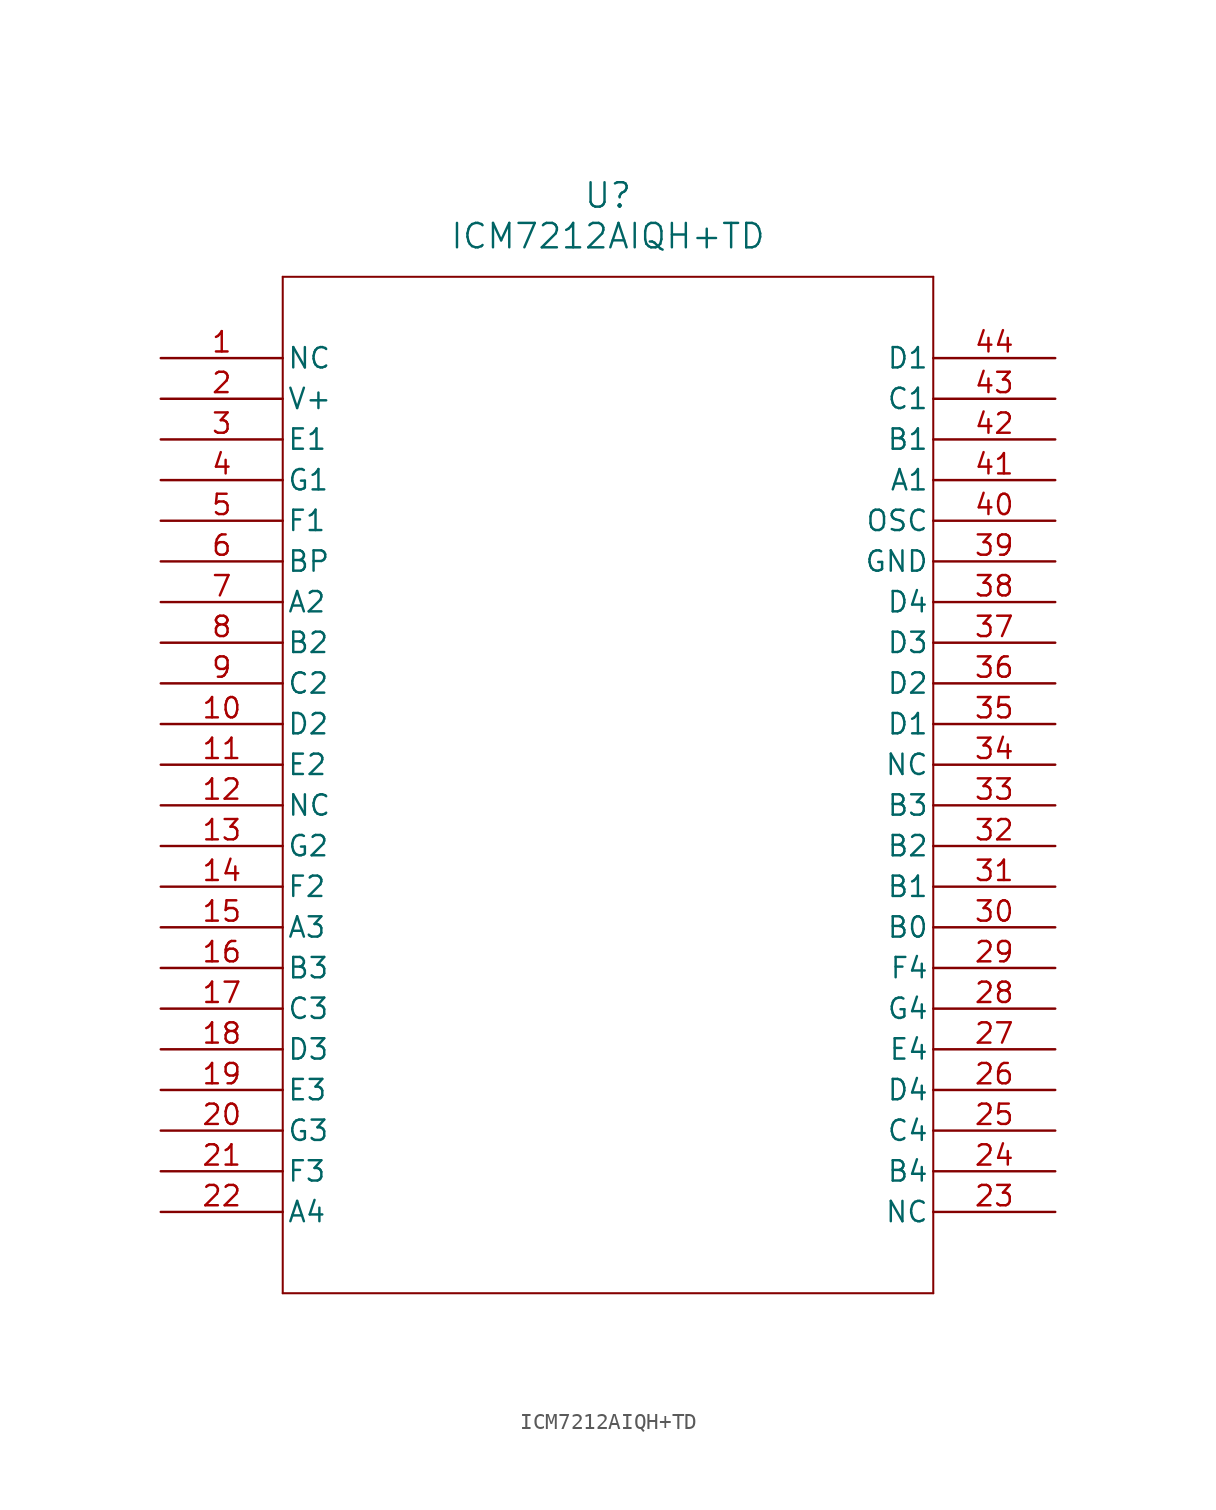
<source format=kicad_sym>
(kicad_symbol_lib
  (version 20211014)
  (generator kicad_symbol_editor)
  (symbol "ICM7212AIQH+TD"
    (pin_names
      (offset 0.254))
    (property "Reference" "U"
      (at 27.94 10.16 0)
      (effects (font (size 1.524 1.524))))
    (property "Value" "ICM7212AIQH+TD"
      (at 27.94 7.62 0)
      (effects (font (size 1.524 1.524))))
    (symbol "ICM7212AIQH+TD_0_1"
      (polyline (pts (xy 7.62 5.08) (xy 7.62 -58.42)) (stroke (width 0.127) (type default) (color 0 0 0 0)) (fill (type none)))
      (polyline (pts (xy 7.62 -58.42) (xy 48.26 -58.42)) (stroke (width 0.127) (type default) (color 0 0 0 0)) (fill (type none)))
      (polyline (pts (xy 48.26 -58.42) (xy 48.26 5.08)) (stroke (width 0.127) (type default) (color 0 0 0 0)) (fill (type none)))
      (polyline (pts (xy 48.26 5.08) (xy 7.62 5.08)) (stroke (width 0.127) (type default) (color 0 0 0 0)) (fill (type none)))
      (pin unspecified line (at 0 0 0) (length 7.62) (name "NC" (effects (font (size 1.27 1.27)))) (number "1" (effects (font (size 1.27 1.27)))))
      (pin power_in line (at 0 -2.54 0) (length 7.62) (name "V+" (effects (font (size 1.27 1.27)))) (number "2" (effects (font (size 1.27 1.27)))))
      (pin unspecified line (at 0 -5.08 0) (length 7.62) (name "E1" (effects (font (size 1.27 1.27)))) (number "3" (effects (font (size 1.27 1.27)))))
      (pin unspecified line (at 0 -7.62 0) (length 7.62) (name "G1" (effects (font (size 1.27 1.27)))) (number "4" (effects (font (size 1.27 1.27)))))
      (pin unspecified line (at 0 -10.16 0) (length 7.62) (name "F1" (effects (font (size 1.27 1.27)))) (number "5" (effects (font (size 1.27 1.27)))))
      (pin unspecified line (at 0 -12.7 0) (length 7.62) (name "BP" (effects (font (size 1.27 1.27)))) (number "6" (effects (font (size 1.27 1.27)))))
      (pin unspecified line (at 0 -15.24 0) (length 7.62) (name "A2" (effects (font (size 1.27 1.27)))) (number "7" (effects (font (size 1.27 1.27)))))
      (pin unspecified line (at 0 -17.78 0) (length 7.62) (name "B2" (effects (font (size 1.27 1.27)))) (number "8" (effects (font (size 1.27 1.27)))))
      (pin unspecified line (at 0 -20.32 0) (length 7.62) (name "C2" (effects (font (size 1.27 1.27)))) (number "9" (effects (font (size 1.27 1.27)))))
      (pin unspecified line (at 0 -22.86 0) (length 7.62) (name "D2" (effects (font (size 1.27 1.27)))) (number "10" (effects (font (size 1.27 1.27)))))
      (pin unspecified line (at 0 -25.4 0) (length 7.62) (name "E2" (effects (font (size 1.27 1.27)))) (number "11" (effects (font (size 1.27 1.27)))))
      (pin unspecified line (at 0 -27.94 0) (length 7.62) (name "NC" (effects (font (size 1.27 1.27)))) (number "12" (effects (font (size 1.27 1.27)))))
      (pin unspecified line (at 0 -30.48 0) (length 7.62) (name "G2" (effects (font (size 1.27 1.27)))) (number "13" (effects (font (size 1.27 1.27)))))
      (pin unspecified line (at 0 -33.02 0) (length 7.62) (name "F2" (effects (font (size 1.27 1.27)))) (number "14" (effects (font (size 1.27 1.27)))))
      (pin unspecified line (at 0 -35.56 0) (length 7.62) (name "A3" (effects (font (size 1.27 1.27)))) (number "15" (effects (font (size 1.27 1.27)))))
      (pin unspecified line (at 0 -38.1 0) (length 7.62) (name "B3" (effects (font (size 1.27 1.27)))) (number "16" (effects (font (size 1.27 1.27)))))
      (pin unspecified line (at 0 -40.64 0) (length 7.62) (name "C3" (effects (font (size 1.27 1.27)))) (number "17" (effects (font (size 1.27 1.27)))))
      (pin unspecified line (at 0 -43.18 0) (length 7.62) (name "D3" (effects (font (size 1.27 1.27)))) (number "18" (effects (font (size 1.27 1.27)))))
      (pin unspecified line (at 0 -45.72 0) (length 7.62) (name "E3" (effects (font (size 1.27 1.27)))) (number "19" (effects (font (size 1.27 1.27)))))
      (pin unspecified line (at 0 -48.26 0) (length 7.62) (name "G3" (effects (font (size 1.27 1.27)))) (number "20" (effects (font (size 1.27 1.27)))))
      (pin unspecified line (at 0 -50.8 0) (length 7.62) (name "F3" (effects (font (size 1.27 1.27)))) (number "21" (effects (font (size 1.27 1.27)))))
      (pin unspecified line (at 0 -53.34 0) (length 7.62) (name "A4" (effects (font (size 1.27 1.27)))) (number "22" (effects (font (size 1.27 1.27)))))
      (pin unspecified line (at 55.88 -53.34 180) (length 7.62) (name "NC" (effects (font (size 1.27 1.27)))) (number "23" (effects (font (size 1.27 1.27)))))
      (pin unspecified line (at 55.88 -50.8 180) (length 7.62) (name "B4" (effects (font (size 1.27 1.27)))) (number "24" (effects (font (size 1.27 1.27)))))
      (pin unspecified line (at 55.88 -48.26 180) (length 7.62) (name "C4" (effects (font (size 1.27 1.27)))) (number "25" (effects (font (size 1.27 1.27)))))
      (pin unspecified line (at 55.88 -45.72 180) (length 7.62) (name "D4" (effects (font (size 1.27 1.27)))) (number "26" (effects (font (size 1.27 1.27)))))
      (pin unspecified line (at 55.88 -43.18 180) (length 7.62) (name "E4" (effects (font (size 1.27 1.27)))) (number "27" (effects (font (size 1.27 1.27)))))
      (pin unspecified line (at 55.88 -40.64 180) (length 7.62) (name "G4" (effects (font (size 1.27 1.27)))) (number "28" (effects (font (size 1.27 1.27)))))
      (pin unspecified line (at 55.88 -38.1 180) (length 7.62) (name "F4" (effects (font (size 1.27 1.27)))) (number "29" (effects (font (size 1.27 1.27)))))
      (pin unspecified line (at 55.88 -35.56 180) (length 7.62) (name "B0" (effects (font (size 1.27 1.27)))) (number "30" (effects (font (size 1.27 1.27)))))
      (pin unspecified line (at 55.88 -33.02 180) (length 7.62) (name "B1" (effects (font (size 1.27 1.27)))) (number "31" (effects (font (size 1.27 1.27)))))
      (pin unspecified line (at 55.88 -30.48 180) (length 7.62) (name "B2" (effects (font (size 1.27 1.27)))) (number "32" (effects (font (size 1.27 1.27)))))
      (pin unspecified line (at 55.88 -27.94 180) (length 7.62) (name "B3" (effects (font (size 1.27 1.27)))) (number "33" (effects (font (size 1.27 1.27)))))
      (pin unspecified line (at 55.88 -25.4 180) (length 7.62) (name "NC" (effects (font (size 1.27 1.27)))) (number "34" (effects (font (size 1.27 1.27)))))
      (pin unspecified line (at 55.88 -22.86 180) (length 7.62) (name "D1" (effects (font (size 1.27 1.27)))) (number "35" (effects (font (size 1.27 1.27)))))
      (pin unspecified line (at 55.88 -20.32 180) (length 7.62) (name "D2" (effects (font (size 1.27 1.27)))) (number "36" (effects (font (size 1.27 1.27)))))
      (pin unspecified line (at 55.88 -17.78 180) (length 7.62) (name "D3" (effects (font (size 1.27 1.27)))) (number "37" (effects (font (size 1.27 1.27)))))
      (pin unspecified line (at 55.88 -15.24 180) (length 7.62) (name "D4" (effects (font (size 1.27 1.27)))) (number "38" (effects (font (size 1.27 1.27)))))
      (pin power_in line (at 55.88 -12.7 180) (length 7.62) (name "GND" (effects (font (size 1.27 1.27)))) (number "39" (effects (font (size 1.27 1.27)))))
      (pin unspecified line (at 55.88 -10.16 180) (length 7.62) (name "OSC" (effects (font (size 1.27 1.27)))) (number "40" (effects (font (size 1.27 1.27)))))
      (pin unspecified line (at 55.88 -7.62 180) (length 7.62) (name "A1" (effects (font (size 1.27 1.27)))) (number "41" (effects (font (size 1.27 1.27)))))
      (pin unspecified line (at 55.88 -5.08 180) (length 7.62) (name "B1" (effects (font (size 1.27 1.27)))) (number "42" (effects (font (size 1.27 1.27)))))
      (pin unspecified line (at 55.88 -2.54 180) (length 7.62) (name "C1" (effects (font (size 1.27 1.27)))) (number "43" (effects (font (size 1.27 1.27)))))
      (pin unspecified line (at 55.88 0 180) (length 7.62) (name "D1" (effects (font (size 1.27 1.27)))) (number "44" (effects (font (size 1.27 1.27))))))))
</source>
